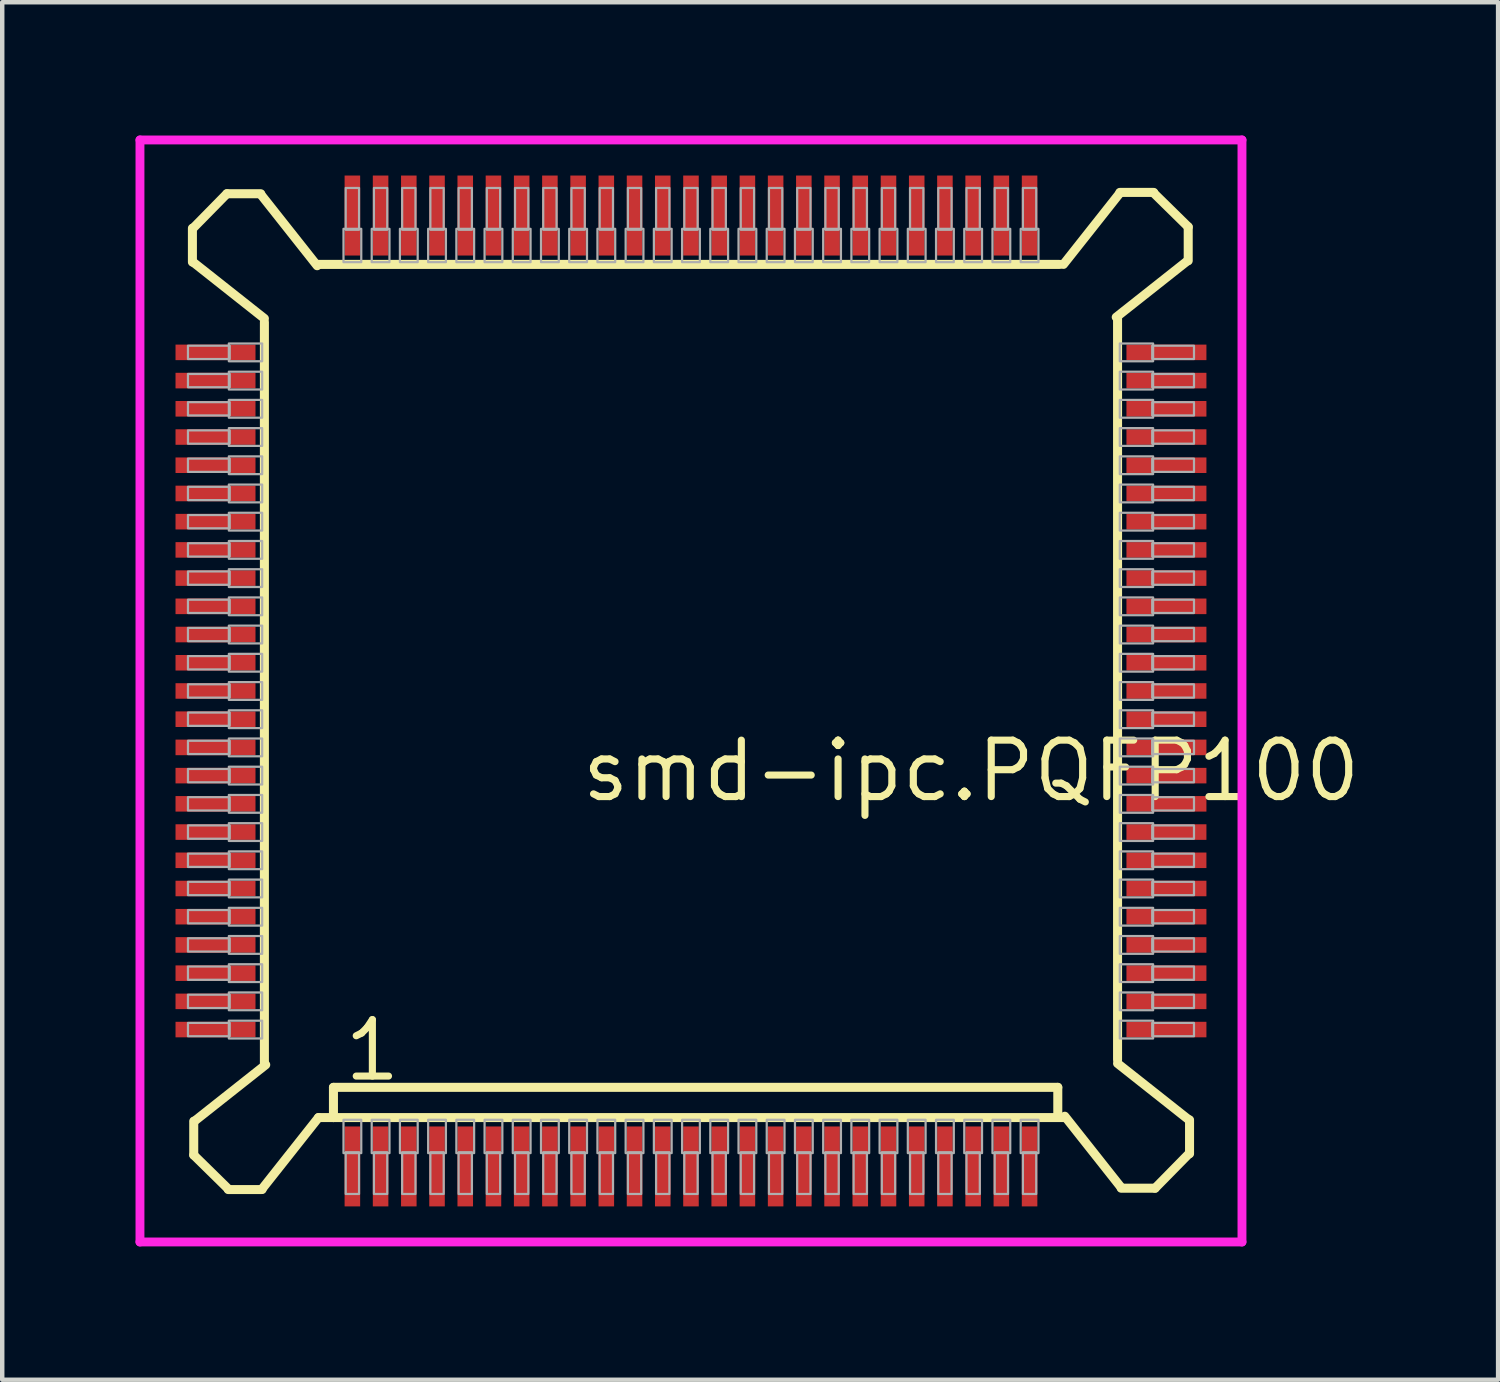
<source format=kicad_pcb>
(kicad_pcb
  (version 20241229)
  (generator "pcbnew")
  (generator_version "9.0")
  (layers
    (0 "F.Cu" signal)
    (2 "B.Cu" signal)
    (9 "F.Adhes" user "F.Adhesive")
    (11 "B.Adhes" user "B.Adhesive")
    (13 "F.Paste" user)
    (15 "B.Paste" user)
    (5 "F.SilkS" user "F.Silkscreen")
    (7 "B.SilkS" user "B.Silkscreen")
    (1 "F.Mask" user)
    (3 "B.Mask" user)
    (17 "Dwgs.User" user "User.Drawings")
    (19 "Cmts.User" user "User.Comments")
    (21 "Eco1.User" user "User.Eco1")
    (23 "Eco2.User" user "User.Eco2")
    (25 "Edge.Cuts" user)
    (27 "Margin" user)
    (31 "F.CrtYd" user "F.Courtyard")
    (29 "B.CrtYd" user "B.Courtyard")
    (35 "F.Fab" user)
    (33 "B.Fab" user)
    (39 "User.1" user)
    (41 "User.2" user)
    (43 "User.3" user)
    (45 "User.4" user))
  (footprint "smd-ipc.PQFP100"
    (layer "F.Cu")
    (at 12.5 12.5)
    (property "Reference" "smd-ipc.PQFP100" (at -2.54 2.54 0) (layer "F.SilkS") (effects (font (size 1.27 1.27) (thickness 0.16)) (justify left bottom)))
    (attr smd)
    (fp_line (start -11.22 -10.414) (end -11.22 -9.652) (stroke (width 0.203) (type default)) (layer "F.SilkS"))
    (fp_line (start -11.206 -9.652) (end -9.6 -8.382) (stroke (width 0.203) (type default)) (layer "F.SilkS"))
    (fp_line (start -11.19 9.682) (end -11.19 10.444) (stroke (width 0.203) (type default)) (layer "F.SilkS"))
    (fp_line (start -11.19 10.444) (end -10.414 11.206) (stroke (width 0.203) (type default)) (layer "F.SilkS"))
    (fp_line (start -10.444 -11.19) (end -11.206 -10.414) (stroke (width 0.203) (type default)) (layer "F.SilkS"))
    (fp_line (start -10.414 11.22) (end -9.652 11.22) (stroke (width 0.203) (type default)) (layer "F.SilkS"))
    (fp_line (start -9.682 -11.19) (end -10.444 -11.19) (stroke (width 0.203) (type default)) (layer "F.SilkS"))
    (fp_line (start -9.652 11.206) (end -8.382 9.6) (stroke (width 0.203) (type default)) (layer "F.SilkS"))
    (fp_line (start -9.6 -8.3) (end -9.6 8.382) (stroke (width 0.203) (type default)) (layer "F.SilkS"))
    (fp_line (start -9.57 8.412) (end -11.176 9.682) (stroke (width 0.203) (type default)) (layer "F.SilkS"))
    (fp_line (start -8.412 -9.57) (end -9.682 -11.176) (stroke (width 0.203) (type default)) (layer "F.SilkS"))
    (fp_line (start -8.382 9.6) (end -8.046 9.6) (stroke (width 0.203) (type default)) (layer "F.SilkS"))
    (fp_line (start -8.046 8.92) (end 8.255 8.92) (stroke (width 0.203) (type default)) (layer "F.SilkS"))
    (fp_line (start -8.046 9.6) (end -8.046 8.92) (stroke (width 0.203) (type default)) (layer "F.SilkS"))
    (fp_line (start -8.046 9.6) (end 8.382 9.6) (stroke (width 0.203) (type default)) (layer "F.SilkS"))
    (fp_line (start 8.255 8.92) (end 8.255 9.555) (stroke (width 0.203) (type default)) (layer "F.SilkS"))
    (fp_line (start 8.3 -9.6) (end -8.382 -9.6) (stroke (width 0.203) (type default)) (layer "F.SilkS"))
    (fp_line (start 8.412 9.57) (end 9.682 11.176) (stroke (width 0.203) (type default)) (layer "F.SilkS"))
    (fp_line (start 9.57 -8.412) (end 11.176 -9.682) (stroke (width 0.203) (type default)) (layer "F.SilkS"))
    (fp_line (start 9.6 8.3) (end 9.6 -8.382) (stroke (width 0.203) (type default)) (layer "F.SilkS"))
    (fp_line (start 9.652 -11.206) (end 8.382 -9.6) (stroke (width 0.203) (type default)) (layer "F.SilkS"))
    (fp_line (start 9.682 11.19) (end 10.444 11.19) (stroke (width 0.203) (type default)) (layer "F.SilkS"))
    (fp_line (start 10.414 -11.22) (end 9.652 -11.22) (stroke (width 0.203) (type default)) (layer "F.SilkS"))
    (fp_line (start 10.444 11.19) (end 11.206 10.414) (stroke (width 0.203) (type default)) (layer "F.SilkS"))
    (fp_line (start 11.19 -10.444) (end 10.414 -11.206) (stroke (width 0.203) (type default)) (layer "F.SilkS"))
    (fp_line (start 11.19 -9.682) (end 11.19 -10.444) (stroke (width 0.203) (type default)) (layer "F.SilkS"))
    (fp_line (start 11.206 9.652) (end 9.6 8.382) (stroke (width 0.203) (type default)) (layer "F.SilkS"))
    (fp_line (start 11.22 10.414) (end 11.22 9.652) (stroke (width 0.203) (type default)) (layer "F.SilkS"))
    (fp_line (start -12.4 -12.4) (end 12.4 -12.4) (stroke (width 0.2) (type default)) (layer "F.CrtYd"))
    (fp_line (start -12.4 12.4) (end -12.4 -12.4) (stroke (width 0.2) (type default)) (layer "F.CrtYd"))
    (fp_line (start 12.4 -12.4) (end 12.4 12.4) (stroke (width 0.2) (type default)) (layer "F.CrtYd"))
    (fp_line (start 12.4 12.4) (end -12.4 12.4) (stroke (width 0.2) (type default)) (layer "F.CrtYd"))
    (fp_rect (start -11.32 -7.47) (end -10.38 -7.77) (stroke (width 0.05) (type default)) (fill no) (layer "F.Fab"))
    (fp_rect (start -11.32 -6.835) (end -10.38 -7.135) (stroke (width 0.05) (type default)) (fill no) (layer "F.Fab"))
    (fp_rect (start -11.32 -6.2) (end -10.38 -6.5) (stroke (width 0.05) (type default)) (fill no) (layer "F.Fab"))
    (fp_rect (start -11.32 -5.565) (end -10.38 -5.865) (stroke (width 0.05) (type default)) (fill no) (layer "F.Fab"))
    (fp_rect (start -11.32 -4.93) (end -10.38 -5.23) (stroke (width 0.05) (type default)) (fill no) (layer "F.Fab"))
    (fp_rect (start -11.32 -4.295) (end -10.38 -4.595) (stroke (width 0.05) (type default)) (fill no) (layer "F.Fab"))
    (fp_rect (start -11.32 -3.66) (end -10.38 -3.96) (stroke (width 0.05) (type default)) (fill no) (layer "F.Fab"))
    (fp_rect (start -11.32 -3.025) (end -10.38 -3.325) (stroke (width 0.05) (type default)) (fill no) (layer "F.Fab"))
    (fp_rect (start -11.32 -2.39) (end -10.38 -2.69) (stroke (width 0.05) (type default)) (fill no) (layer "F.Fab"))
    (fp_rect (start -11.32 -1.755) (end -10.38 -2.055) (stroke (width 0.05) (type default)) (fill no) (layer "F.Fab"))
    (fp_rect (start -11.32 -1.12) (end -10.38 -1.42) (stroke (width 0.05) (type default)) (fill no) (layer "F.Fab"))
    (fp_rect (start -11.32 -0.485) (end -10.38 -0.785) (stroke (width 0.05) (type default)) (fill no) (layer "F.Fab"))
    (fp_rect (start -11.32 0.15) (end -10.38 -0.15) (stroke (width 0.05) (type default)) (fill no) (layer "F.Fab"))
    (fp_rect (start -11.32 0.785) (end -10.38 0.485) (stroke (width 0.05) (type default)) (fill no) (layer "F.Fab"))
    (fp_rect (start -11.32 1.42) (end -10.38 1.12) (stroke (width 0.05) (type default)) (fill no) (layer "F.Fab"))
    (fp_rect (start -11.32 2.055) (end -10.38 1.755) (stroke (width 0.05) (type default)) (fill no) (layer "F.Fab"))
    (fp_rect (start -11.32 2.69) (end -10.38 2.39) (stroke (width 0.05) (type default)) (fill no) (layer "F.Fab"))
    (fp_rect (start -11.32 3.325) (end -10.38 3.025) (stroke (width 0.05) (type default)) (fill no) (layer "F.Fab"))
    (fp_rect (start -11.32 3.96) (end -10.38 3.66) (stroke (width 0.05) (type default)) (fill no) (layer "F.Fab"))
    (fp_rect (start -11.32 4.595) (end -10.38 4.295) (stroke (width 0.05) (type default)) (fill no) (layer "F.Fab"))
    (fp_rect (start -11.32 5.23) (end -10.38 4.93) (stroke (width 0.05) (type default)) (fill no) (layer "F.Fab"))
    (fp_rect (start -11.32 5.865) (end -10.38 5.565) (stroke (width 0.05) (type default)) (fill no) (layer "F.Fab"))
    (fp_rect (start -11.32 6.5) (end -10.38 6.2) (stroke (width 0.05) (type default)) (fill no) (layer "F.Fab"))
    (fp_rect (start -11.32 7.135) (end -10.38 6.835) (stroke (width 0.05) (type default)) (fill no) (layer "F.Fab"))
    (fp_rect (start -11.32 7.77) (end -10.38 7.47) (stroke (width 0.05) (type default)) (fill no) (layer "F.Fab"))
    (fp_rect (start -10.4 -7.42) (end -9.65 -7.82) (stroke (width 0.05) (type default)) (fill no) (layer "F.Fab"))
    (fp_rect (start -10.4 -6.785) (end -9.65 -7.185) (stroke (width 0.05) (type default)) (fill no) (layer "F.Fab"))
    (fp_rect (start -10.4 -6.15) (end -9.65 -6.55) (stroke (width 0.05) (type default)) (fill no) (layer "F.Fab"))
    (fp_rect (start -10.4 -5.515) (end -9.65 -5.915) (stroke (width 0.05) (type default)) (fill no) (layer "F.Fab"))
    (fp_rect (start -10.4 -4.88) (end -9.65 -5.28) (stroke (width 0.05) (type default)) (fill no) (layer "F.Fab"))
    (fp_rect (start -10.4 -4.245) (end -9.65 -4.645) (stroke (width 0.05) (type default)) (fill no) (layer "F.Fab"))
    (fp_rect (start -10.4 -3.61) (end -9.65 -4.01) (stroke (width 0.05) (type default)) (fill no) (layer "F.Fab"))
    (fp_rect (start -10.4 -2.975) (end -9.65 -3.375) (stroke (width 0.05) (type default)) (fill no) (layer "F.Fab"))
    (fp_rect (start -10.4 -2.34) (end -9.65 -2.74) (stroke (width 0.05) (type default)) (fill no) (layer "F.Fab"))
    (fp_rect (start -10.4 -1.705) (end -9.65 -2.105) (stroke (width 0.05) (type default)) (fill no) (layer "F.Fab"))
    (fp_rect (start -10.4 -1.07) (end -9.65 -1.47) (stroke (width 0.05) (type default)) (fill no) (layer "F.Fab"))
    (fp_rect (start -10.4 -0.435) (end -9.65 -0.835) (stroke (width 0.05) (type default)) (fill no) (layer "F.Fab"))
    (fp_rect (start -10.4 0.2) (end -9.65 -0.2) (stroke (width 0.05) (type default)) (fill no) (layer "F.Fab"))
    (fp_rect (start -10.4 0.835) (end -9.65 0.435) (stroke (width 0.05) (type default)) (fill no) (layer "F.Fab"))
    (fp_rect (start -10.4 1.47) (end -9.65 1.07) (stroke (width 0.05) (type default)) (fill no) (layer "F.Fab"))
    (fp_rect (start -10.4 2.105) (end -9.65 1.705) (stroke (width 0.05) (type default)) (fill no) (layer "F.Fab"))
    (fp_rect (start -10.4 2.74) (end -9.65 2.34) (stroke (width 0.05) (type default)) (fill no) (layer "F.Fab"))
    (fp_rect (start -10.4 3.375) (end -9.65 2.975) (stroke (width 0.05) (type default)) (fill no) (layer "F.Fab"))
    (fp_rect (start -10.4 4.01) (end -9.65 3.61) (stroke (width 0.05) (type default)) (fill no) (layer "F.Fab"))
    (fp_rect (start -10.4 4.645) (end -9.65 4.245) (stroke (width 0.05) (type default)) (fill no) (layer "F.Fab"))
    (fp_rect (start -10.4 5.28) (end -9.65 4.88) (stroke (width 0.05) (type default)) (fill no) (layer "F.Fab"))
    (fp_rect (start -10.4 5.915) (end -9.65 5.515) (stroke (width 0.05) (type default)) (fill no) (layer "F.Fab"))
    (fp_rect (start -10.4 6.55) (end -9.65 6.15) (stroke (width 0.05) (type default)) (fill no) (layer "F.Fab"))
    (fp_rect (start -10.4 7.185) (end -9.65 6.785) (stroke (width 0.05) (type default)) (fill no) (layer "F.Fab"))
    (fp_rect (start -10.4 7.82) (end -9.65 7.42) (stroke (width 0.05) (type default)) (fill no) (layer "F.Fab"))
    (fp_rect (start -7.82 -9.65) (end -7.42 -10.4) (stroke (width 0.05) (type default)) (fill no) (layer "F.Fab"))
    (fp_rect (start -7.82 10.4) (end -7.42 9.65) (stroke (width 0.05) (type default)) (fill no) (layer "F.Fab"))
    (fp_rect (start -7.77 -10.38) (end -7.47 -11.32) (stroke (width 0.05) (type default)) (fill no) (layer "F.Fab"))
    (fp_rect (start -7.77 11.32) (end -7.47 10.38) (stroke (width 0.05) (type default)) (fill no) (layer "F.Fab"))
    (fp_rect (start -7.185 -9.65) (end -6.785 -10.4) (stroke (width 0.05) (type default)) (fill no) (layer "F.Fab"))
    (fp_rect (start -7.185 10.4) (end -6.785 9.65) (stroke (width 0.05) (type default)) (fill no) (layer "F.Fab"))
    (fp_rect (start -7.135 -10.38) (end -6.835 -11.32) (stroke (width 0.05) (type default)) (fill no) (layer "F.Fab"))
    (fp_rect (start -7.135 11.32) (end -6.835 10.38) (stroke (width 0.05) (type default)) (fill no) (layer "F.Fab"))
    (fp_rect (start -6.55 -9.65) (end -6.15 -10.4) (stroke (width 0.05) (type default)) (fill no) (layer "F.Fab"))
    (fp_rect (start -6.55 10.4) (end -6.15 9.65) (stroke (width 0.05) (type default)) (fill no) (layer "F.Fab"))
    (fp_rect (start -6.5 -10.38) (end -6.2 -11.32) (stroke (width 0.05) (type default)) (fill no) (layer "F.Fab"))
    (fp_rect (start -6.5 11.32) (end -6.2 10.38) (stroke (width 0.05) (type default)) (fill no) (layer "F.Fab"))
    (fp_rect (start -5.915 -9.65) (end -5.515 -10.4) (stroke (width 0.05) (type default)) (fill no) (layer "F.Fab"))
    (fp_rect (start -5.915 10.4) (end -5.515 9.65) (stroke (width 0.05) (type default)) (fill no) (layer "F.Fab"))
    (fp_rect (start -5.865 -10.38) (end -5.565 -11.32) (stroke (width 0.05) (type default)) (fill no) (layer "F.Fab"))
    (fp_rect (start -5.865 11.32) (end -5.565 10.38) (stroke (width 0.05) (type default)) (fill no) (layer "F.Fab"))
    (fp_rect (start -5.28 -9.65) (end -4.88 -10.4) (stroke (width 0.05) (type default)) (fill no) (layer "F.Fab"))
    (fp_rect (start -5.28 10.4) (end -4.88 9.65) (stroke (width 0.05) (type default)) (fill no) (layer "F.Fab"))
    (fp_rect (start -5.23 -10.38) (end -4.93 -11.32) (stroke (width 0.05) (type default)) (fill no) (layer "F.Fab"))
    (fp_rect (start -5.23 11.32) (end -4.93 10.38) (stroke (width 0.05) (type default)) (fill no) (layer "F.Fab"))
    (fp_rect (start -4.645 -9.65) (end -4.245 -10.4) (stroke (width 0.05) (type default)) (fill no) (layer "F.Fab"))
    (fp_rect (start -4.645 10.4) (end -4.245 9.65) (stroke (width 0.05) (type default)) (fill no) (layer "F.Fab"))
    (fp_rect (start -4.595 -10.38) (end -4.295 -11.32) (stroke (width 0.05) (type default)) (fill no) (layer "F.Fab"))
    (fp_rect (start -4.595 11.32) (end -4.295 10.38) (stroke (width 0.05) (type default)) (fill no) (layer "F.Fab"))
    (fp_rect (start -4.01 -9.65) (end -3.61 -10.4) (stroke (width 0.05) (type default)) (fill no) (layer "F.Fab"))
    (fp_rect (start -4.01 10.4) (end -3.61 9.65) (stroke (width 0.05) (type default)) (fill no) (layer "F.Fab"))
    (fp_rect (start -3.96 -10.38) (end -3.66 -11.32) (stroke (width 0.05) (type default)) (fill no) (layer "F.Fab"))
    (fp_rect (start -3.96 11.32) (end -3.66 10.38) (stroke (width 0.05) (type default)) (fill no) (layer "F.Fab"))
    (fp_rect (start -3.375 -9.65) (end -2.975 -10.4) (stroke (width 0.05) (type default)) (fill no) (layer "F.Fab"))
    (fp_rect (start -3.375 10.4) (end -2.975 9.65) (stroke (width 0.05) (type default)) (fill no) (layer "F.Fab"))
    (fp_rect (start -3.325 -10.38) (end -3.025 -11.32) (stroke (width 0.05) (type default)) (fill no) (layer "F.Fab"))
    (fp_rect (start -3.325 11.32) (end -3.025 10.38) (stroke (width 0.05) (type default)) (fill no) (layer "F.Fab"))
    (fp_rect (start -2.74 -9.65) (end -2.34 -10.4) (stroke (width 0.05) (type default)) (fill no) (layer "F.Fab"))
    (fp_rect (start -2.74 10.4) (end -2.34 9.65) (stroke (width 0.05) (type default)) (fill no) (layer "F.Fab"))
    (fp_rect (start -2.69 -10.38) (end -2.39 -11.32) (stroke (width 0.05) (type default)) (fill no) (layer "F.Fab"))
    (fp_rect (start -2.69 11.32) (end -2.39 10.38) (stroke (width 0.05) (type default)) (fill no) (layer "F.Fab"))
    (fp_rect (start -2.105 -9.65) (end -1.705 -10.4) (stroke (width 0.05) (type default)) (fill no) (layer "F.Fab"))
    (fp_rect (start -2.105 10.4) (end -1.705 9.65) (stroke (width 0.05) (type default)) (fill no) (layer "F.Fab"))
    (fp_rect (start -2.055 -10.38) (end -1.755 -11.32) (stroke (width 0.05) (type default)) (fill no) (layer "F.Fab"))
    (fp_rect (start -2.055 11.32) (end -1.755 10.38) (stroke (width 0.05) (type default)) (fill no) (layer "F.Fab"))
    (fp_rect (start -1.47 -9.65) (end -1.07 -10.4) (stroke (width 0.05) (type default)) (fill no) (layer "F.Fab"))
    (fp_rect (start -1.47 10.4) (end -1.07 9.65) (stroke (width 0.05) (type default)) (fill no) (layer "F.Fab"))
    (fp_rect (start -1.42 -10.38) (end -1.12 -11.32) (stroke (width 0.05) (type default)) (fill no) (layer "F.Fab"))
    (fp_rect (start -1.42 11.32) (end -1.12 10.38) (stroke (width 0.05) (type default)) (fill no) (layer "F.Fab"))
    (fp_rect (start -0.835 -9.65) (end -0.435 -10.4) (stroke (width 0.05) (type default)) (fill no) (layer "F.Fab"))
    (fp_rect (start -0.835 10.4) (end -0.435 9.65) (stroke (width 0.05) (type default)) (fill no) (layer "F.Fab"))
    (fp_rect (start -0.785 -10.38) (end -0.485 -11.32) (stroke (width 0.05) (type default)) (fill no) (layer "F.Fab"))
    (fp_rect (start -0.785 11.32) (end -0.485 10.38) (stroke (width 0.05) (type default)) (fill no) (layer "F.Fab"))
    (fp_rect (start -0.2 -9.65) (end 0.2 -10.4) (stroke (width 0.05) (type default)) (fill no) (layer "F.Fab"))
    (fp_rect (start -0.2 10.4) (end 0.2 9.65) (stroke (width 0.05) (type default)) (fill no) (layer "F.Fab"))
    (fp_rect (start -0.15 -10.38) (end 0.15 -11.32) (stroke (width 0.05) (type default)) (fill no) (layer "F.Fab"))
    (fp_rect (start -0.15 11.32) (end 0.15 10.38) (stroke (width 0.05) (type default)) (fill no) (layer "F.Fab"))
    (fp_rect (start 0.435 -9.65) (end 0.835 -10.4) (stroke (width 0.05) (type default)) (fill no) (layer "F.Fab"))
    (fp_rect (start 0.435 10.4) (end 0.835 9.65) (stroke (width 0.05) (type default)) (fill no) (layer "F.Fab"))
    (fp_rect (start 0.485 -10.38) (end 0.785 -11.32) (stroke (width 0.05) (type default)) (fill no) (layer "F.Fab"))
    (fp_rect (start 0.485 11.32) (end 0.785 10.38) (stroke (width 0.05) (type default)) (fill no) (layer "F.Fab"))
    (fp_rect (start 1.07 -9.65) (end 1.47 -10.4) (stroke (width 0.05) (type default)) (fill no) (layer "F.Fab"))
    (fp_rect (start 1.07 10.4) (end 1.47 9.65) (stroke (width 0.05) (type default)) (fill no) (layer "F.Fab"))
    (fp_rect (start 1.12 -10.38) (end 1.42 -11.32) (stroke (width 0.05) (type default)) (fill no) (layer "F.Fab"))
    (fp_rect (start 1.12 11.32) (end 1.42 10.38) (stroke (width 0.05) (type default)) (fill no) (layer "F.Fab"))
    (fp_rect (start 1.705 -9.65) (end 2.105 -10.4) (stroke (width 0.05) (type default)) (fill no) (layer "F.Fab"))
    (fp_rect (start 1.705 10.4) (end 2.105 9.65) (stroke (width 0.05) (type default)) (fill no) (layer "F.Fab"))
    (fp_rect (start 1.755 -10.38) (end 2.055 -11.32) (stroke (width 0.05) (type default)) (fill no) (layer "F.Fab"))
    (fp_rect (start 1.755 11.32) (end 2.055 10.38) (stroke (width 0.05) (type default)) (fill no) (layer "F.Fab"))
    (fp_rect (start 2.34 -9.65) (end 2.74 -10.4) (stroke (width 0.05) (type default)) (fill no) (layer "F.Fab"))
    (fp_rect (start 2.34 10.4) (end 2.74 9.65) (stroke (width 0.05) (type default)) (fill no) (layer "F.Fab"))
    (fp_rect (start 2.39 -10.38) (end 2.69 -11.32) (stroke (width 0.05) (type default)) (fill no) (layer "F.Fab"))
    (fp_rect (start 2.39 11.32) (end 2.69 10.38) (stroke (width 0.05) (type default)) (fill no) (layer "F.Fab"))
    (fp_rect (start 2.975 -9.65) (end 3.375 -10.4) (stroke (width 0.05) (type default)) (fill no) (layer "F.Fab"))
    (fp_rect (start 2.975 10.4) (end 3.375 9.65) (stroke (width 0.05) (type default)) (fill no) (layer "F.Fab"))
    (fp_rect (start 3.025 -10.38) (end 3.325 -11.32) (stroke (width 0.05) (type default)) (fill no) (layer "F.Fab"))
    (fp_rect (start 3.025 11.32) (end 3.325 10.38) (stroke (width 0.05) (type default)) (fill no) (layer "F.Fab"))
    (fp_rect (start 3.61 -9.65) (end 4.01 -10.4) (stroke (width 0.05) (type default)) (fill no) (layer "F.Fab"))
    (fp_rect (start 3.61 10.4) (end 4.01 9.65) (stroke (width 0.05) (type default)) (fill no) (layer "F.Fab"))
    (fp_rect (start 3.66 -10.38) (end 3.96 -11.32) (stroke (width 0.05) (type default)) (fill no) (layer "F.Fab"))
    (fp_rect (start 3.66 11.32) (end 3.96 10.38) (stroke (width 0.05) (type default)) (fill no) (layer "F.Fab"))
    (fp_rect (start 4.245 -9.65) (end 4.645 -10.4) (stroke (width 0.05) (type default)) (fill no) (layer "F.Fab"))
    (fp_rect (start 4.245 10.4) (end 4.645 9.65) (stroke (width 0.05) (type default)) (fill no) (layer "F.Fab"))
    (fp_rect (start 4.295 -10.38) (end 4.595 -11.32) (stroke (width 0.05) (type default)) (fill no) (layer "F.Fab"))
    (fp_rect (start 4.295 11.32) (end 4.595 10.38) (stroke (width 0.05) (type default)) (fill no) (layer "F.Fab"))
    (fp_rect (start 4.88 -9.65) (end 5.28 -10.4) (stroke (width 0.05) (type default)) (fill no) (layer "F.Fab"))
    (fp_rect (start 4.88 10.4) (end 5.28 9.65) (stroke (width 0.05) (type default)) (fill no) (layer "F.Fab"))
    (fp_rect (start 4.93 -10.38) (end 5.23 -11.32) (stroke (width 0.05) (type default)) (fill no) (layer "F.Fab"))
    (fp_rect (start 4.93 11.32) (end 5.23 10.38) (stroke (width 0.05) (type default)) (fill no) (layer "F.Fab"))
    (fp_rect (start 5.515 -9.65) (end 5.915 -10.4) (stroke (width 0.05) (type default)) (fill no) (layer "F.Fab"))
    (fp_rect (start 5.515 10.4) (end 5.915 9.65) (stroke (width 0.05) (type default)) (fill no) (layer "F.Fab"))
    (fp_rect (start 5.565 -10.38) (end 5.865 -11.32) (stroke (width 0.05) (type default)) (fill no) (layer "F.Fab"))
    (fp_rect (start 5.565 11.32) (end 5.865 10.38) (stroke (width 0.05) (type default)) (fill no) (layer "F.Fab"))
    (fp_rect (start 6.15 -9.65) (end 6.55 -10.4) (stroke (width 0.05) (type default)) (fill no) (layer "F.Fab"))
    (fp_rect (start 6.15 10.4) (end 6.55 9.65) (stroke (width 0.05) (type default)) (fill no) (layer "F.Fab"))
    (fp_rect (start 6.2 -10.38) (end 6.5 -11.32) (stroke (width 0.05) (type default)) (fill no) (layer "F.Fab"))
    (fp_rect (start 6.2 11.32) (end 6.5 10.38) (stroke (width 0.05) (type default)) (fill no) (layer "F.Fab"))
    (fp_rect (start 6.785 -9.65) (end 7.185 -10.4) (stroke (width 0.05) (type default)) (fill no) (layer "F.Fab"))
    (fp_rect (start 6.785 10.4) (end 7.185 9.65) (stroke (width 0.05) (type default)) (fill no) (layer "F.Fab"))
    (fp_rect (start 6.835 -10.38) (end 7.135 -11.32) (stroke (width 0.05) (type default)) (fill no) (layer "F.Fab"))
    (fp_rect (start 6.835 11.32) (end 7.135 10.38) (stroke (width 0.05) (type default)) (fill no) (layer "F.Fab"))
    (fp_rect (start 7.42 -9.65) (end 7.82 -10.4) (stroke (width 0.05) (type default)) (fill no) (layer "F.Fab"))
    (fp_rect (start 7.42 10.4) (end 7.82 9.65) (stroke (width 0.05) (type default)) (fill no) (layer "F.Fab"))
    (fp_rect (start 7.47 -10.38) (end 7.77 -11.32) (stroke (width 0.05) (type default)) (fill no) (layer "F.Fab"))
    (fp_rect (start 7.47 11.32) (end 7.77 10.38) (stroke (width 0.05) (type default)) (fill no) (layer "F.Fab"))
    (fp_rect (start 9.65 -7.42) (end 10.4 -7.82) (stroke (width 0.05) (type default)) (fill no) (layer "F.Fab"))
    (fp_rect (start 9.65 -6.785) (end 10.4 -7.185) (stroke (width 0.05) (type default)) (fill no) (layer "F.Fab"))
    (fp_rect (start 9.65 -6.15) (end 10.4 -6.55) (stroke (width 0.05) (type default)) (fill no) (layer "F.Fab"))
    (fp_rect (start 9.65 -5.515) (end 10.4 -5.915) (stroke (width 0.05) (type default)) (fill no) (layer "F.Fab"))
    (fp_rect (start 9.65 -4.88) (end 10.4 -5.28) (stroke (width 0.05) (type default)) (fill no) (layer "F.Fab"))
    (fp_rect (start 9.65 -4.245) (end 10.4 -4.645) (stroke (width 0.05) (type default)) (fill no) (layer "F.Fab"))
    (fp_rect (start 9.65 -3.61) (end 10.4 -4.01) (stroke (width 0.05) (type default)) (fill no) (layer "F.Fab"))
    (fp_rect (start 9.65 -2.975) (end 10.4 -3.375) (stroke (width 0.05) (type default)) (fill no) (layer "F.Fab"))
    (fp_rect (start 9.65 -2.34) (end 10.4 -2.74) (stroke (width 0.05) (type default)) (fill no) (layer "F.Fab"))
    (fp_rect (start 9.65 -1.705) (end 10.4 -2.105) (stroke (width 0.05) (type default)) (fill no) (layer "F.Fab"))
    (fp_rect (start 9.65 -1.07) (end 10.4 -1.47) (stroke (width 0.05) (type default)) (fill no) (layer "F.Fab"))
    (fp_rect (start 9.65 -0.435) (end 10.4 -0.835) (stroke (width 0.05) (type default)) (fill no) (layer "F.Fab"))
    (fp_rect (start 9.65 0.2) (end 10.4 -0.2) (stroke (width 0.05) (type default)) (fill no) (layer "F.Fab"))
    (fp_rect (start 9.65 0.835) (end 10.4 0.435) (stroke (width 0.05) (type default)) (fill no) (layer "F.Fab"))
    (fp_rect (start 9.65 1.47) (end 10.4 1.07) (stroke (width 0.05) (type default)) (fill no) (layer "F.Fab"))
    (fp_rect (start 9.65 2.105) (end 10.4 1.705) (stroke (width 0.05) (type default)) (fill no) (layer "F.Fab"))
    (fp_rect (start 9.65 2.74) (end 10.4 2.34) (stroke (width 0.05) (type default)) (fill no) (layer "F.Fab"))
    (fp_rect (start 9.65 3.375) (end 10.4 2.975) (stroke (width 0.05) (type default)) (fill no) (layer "F.Fab"))
    (fp_rect (start 9.65 4.01) (end 10.4 3.61) (stroke (width 0.05) (type default)) (fill no) (layer "F.Fab"))
    (fp_rect (start 9.65 4.645) (end 10.4 4.245) (stroke (width 0.05) (type default)) (fill no) (layer "F.Fab"))
    (fp_rect (start 9.65 5.28) (end 10.4 4.88) (stroke (width 0.05) (type default)) (fill no) (layer "F.Fab"))
    (fp_rect (start 9.65 5.915) (end 10.4 5.515) (stroke (width 0.05) (type default)) (fill no) (layer "F.Fab"))
    (fp_rect (start 9.65 6.55) (end 10.4 6.15) (stroke (width 0.05) (type default)) (fill no) (layer "F.Fab"))
    (fp_rect (start 9.65 7.185) (end 10.4 6.785) (stroke (width 0.05) (type default)) (fill no) (layer "F.Fab"))
    (fp_rect (start 9.65 7.82) (end 10.4 7.42) (stroke (width 0.05) (type default)) (fill no) (layer "F.Fab"))
    (fp_rect (start 10.38 -7.47) (end 11.32 -7.77) (stroke (width 0.05) (type default)) (fill no) (layer "F.Fab"))
    (fp_rect (start 10.38 -6.835) (end 11.32 -7.135) (stroke (width 0.05) (type default)) (fill no) (layer "F.Fab"))
    (fp_rect (start 10.38 -6.2) (end 11.32 -6.5) (stroke (width 0.05) (type default)) (fill no) (layer "F.Fab"))
    (fp_rect (start 10.38 -5.565) (end 11.32 -5.865) (stroke (width 0.05) (type default)) (fill no) (layer "F.Fab"))
    (fp_rect (start 10.38 -4.93) (end 11.32 -5.23) (stroke (width 0.05) (type default)) (fill no) (layer "F.Fab"))
    (fp_rect (start 10.38 -4.295) (end 11.32 -4.595) (stroke (width 0.05) (type default)) (fill no) (layer "F.Fab"))
    (fp_rect (start 10.38 -3.66) (end 11.32 -3.96) (stroke (width 0.05) (type default)) (fill no) (layer "F.Fab"))
    (fp_rect (start 10.38 -3.025) (end 11.32 -3.325) (stroke (width 0.05) (type default)) (fill no) (layer "F.Fab"))
    (fp_rect (start 10.38 -2.39) (end 11.32 -2.69) (stroke (width 0.05) (type default)) (fill no) (layer "F.Fab"))
    (fp_rect (start 10.38 -1.755) (end 11.32 -2.055) (stroke (width 0.05) (type default)) (fill no) (layer "F.Fab"))
    (fp_rect (start 10.38 -1.12) (end 11.32 -1.42) (stroke (width 0.05) (type default)) (fill no) (layer "F.Fab"))
    (fp_rect (start 10.38 -0.485) (end 11.32 -0.785) (stroke (width 0.05) (type default)) (fill no) (layer "F.Fab"))
    (fp_rect (start 10.38 0.15) (end 11.32 -0.15) (stroke (width 0.05) (type default)) (fill no) (layer "F.Fab"))
    (fp_rect (start 10.38 0.785) (end 11.32 0.485) (stroke (width 0.05) (type default)) (fill no) (layer "F.Fab"))
    (fp_rect (start 10.38 1.42) (end 11.32 1.12) (stroke (width 0.05) (type default)) (fill no) (layer "F.Fab"))
    (fp_rect (start 10.38 2.055) (end 11.32 1.755) (stroke (width 0.05) (type default)) (fill no) (layer "F.Fab"))
    (fp_rect (start 10.38 2.69) (end 11.32 2.39) (stroke (width 0.05) (type default)) (fill no) (layer "F.Fab"))
    (fp_rect (start 10.38 3.325) (end 11.32 3.025) (stroke (width 0.05) (type default)) (fill no) (layer "F.Fab"))
    (fp_rect (start 10.38 3.96) (end 11.32 3.66) (stroke (width 0.05) (type default)) (fill no) (layer "F.Fab"))
    (fp_rect (start 10.38 4.595) (end 11.32 4.295) (stroke (width 0.05) (type default)) (fill no) (layer "F.Fab"))
    (fp_rect (start 10.38 5.23) (end 11.32 4.93) (stroke (width 0.05) (type default)) (fill no) (layer "F.Fab"))
    (fp_rect (start 10.38 5.865) (end 11.32 5.565) (stroke (width 0.05) (type default)) (fill no) (layer "F.Fab"))
    (fp_rect (start 10.38 6.5) (end 11.32 6.2) (stroke (width 0.05) (type default)) (fill no) (layer "F.Fab"))
    (fp_rect (start 10.38 7.135) (end 11.32 6.835) (stroke (width 0.05) (type default)) (fill no) (layer "F.Fab"))
    (fp_rect (start 10.38 7.77) (end 11.32 7.47) (stroke (width 0.05) (type default)) (fill no) (layer "F.Fab"))
    (fp_text user "1" (at -7.88 8.83 0) (layer "F.SilkS") (effects (font (size 1.27 1.27) (thickness 0.16)) (justify left bottom)))
    (pad "1" smd roundrect (at -7.62 10.7) (size 0.35 1.8) (layers "F.Cu" "F.Mask" "F.Paste") (roundrect_rratio 0.01))
    (pad "2" smd roundrect (at -6.985 10.7) (size 0.35 1.8) (layers "F.Cu" "F.Mask" "F.Paste") (roundrect_rratio 0.01))
    (pad "3" smd roundrect (at -6.35 10.7) (size 0.35 1.8) (layers "F.Cu" "F.Mask" "F.Paste") (roundrect_rratio 0.01))
    (pad "4" smd roundrect (at -5.715 10.7) (size 0.35 1.8) (layers "F.Cu" "F.Mask" "F.Paste") (roundrect_rratio 0.01))
    (pad "5" smd roundrect (at -5.08 10.7) (size 0.35 1.8) (layers "F.Cu" "F.Mask" "F.Paste") (roundrect_rratio 0.01))
    (pad "6" smd roundrect (at -4.445 10.7) (size 0.35 1.8) (layers "F.Cu" "F.Mask" "F.Paste") (roundrect_rratio 0.01))
    (pad "7" smd roundrect (at -3.81 10.7) (size 0.35 1.8) (layers "F.Cu" "F.Mask" "F.Paste") (roundrect_rratio 0.01))
    (pad "8" smd roundrect (at -3.175 10.7) (size 0.35 1.8) (layers "F.Cu" "F.Mask" "F.Paste") (roundrect_rratio 0.01))
    (pad "9" smd roundrect (at -2.54 10.7) (size 0.35 1.8) (layers "F.Cu" "F.Mask" "F.Paste") (roundrect_rratio 0.01))
    (pad "10" smd roundrect (at -1.905 10.7) (size 0.35 1.8) (layers "F.Cu" "F.Mask" "F.Paste") (roundrect_rratio 0.01))
    (pad "11" smd roundrect (at -1.27 10.7) (size 0.35 1.8) (layers "F.Cu" "F.Mask" "F.Paste") (roundrect_rratio 0.01))
    (pad "12" smd roundrect (at -0.635 10.7) (size 0.35 1.8) (layers "F.Cu" "F.Mask" "F.Paste") (roundrect_rratio 0.01))
    (pad "13" smd roundrect (at 0 10.7) (size 0.35 1.8) (layers "F.Cu" "F.Mask" "F.Paste") (roundrect_rratio 0.01))
    (pad "14" smd roundrect (at 0.635 10.7) (size 0.35 1.8) (layers "F.Cu" "F.Mask" "F.Paste") (roundrect_rratio 0.01))
    (pad "15" smd roundrect (at 1.27 10.7) (size 0.35 1.8) (layers "F.Cu" "F.Mask" "F.Paste") (roundrect_rratio 0.01))
    (pad "16" smd roundrect (at 1.905 10.7) (size 0.35 1.8) (layers "F.Cu" "F.Mask" "F.Paste") (roundrect_rratio 0.01))
    (pad "17" smd roundrect (at 2.54 10.7) (size 0.35 1.8) (layers "F.Cu" "F.Mask" "F.Paste") (roundrect_rratio 0.01))
    (pad "18" smd roundrect (at 3.175 10.7) (size 0.35 1.8) (layers "F.Cu" "F.Mask" "F.Paste") (roundrect_rratio 0.01))
    (pad "19" smd roundrect (at 3.81 10.7) (size 0.35 1.8) (layers "F.Cu" "F.Mask" "F.Paste") (roundrect_rratio 0.01))
    (pad "20" smd roundrect (at 4.445 10.7) (size 0.35 1.8) (layers "F.Cu" "F.Mask" "F.Paste") (roundrect_rratio 0.01))
    (pad "21" smd roundrect (at 5.08 10.7) (size 0.35 1.8) (layers "F.Cu" "F.Mask" "F.Paste") (roundrect_rratio 0.01))
    (pad "22" smd roundrect (at 5.715 10.7) (size 0.35 1.8) (layers "F.Cu" "F.Mask" "F.Paste") (roundrect_rratio 0.01))
    (pad "23" smd roundrect (at 6.35 10.7) (size 0.35 1.8) (layers "F.Cu" "F.Mask" "F.Paste") (roundrect_rratio 0.01))
    (pad "24" smd roundrect (at 6.985 10.7) (size 0.35 1.8) (layers "F.Cu" "F.Mask" "F.Paste") (roundrect_rratio 0.01))
    (pad "25" smd roundrect (at 7.62 10.7) (size 0.35 1.8) (layers "F.Cu" "F.Mask" "F.Paste") (roundrect_rratio 0.01))
    (pad "26" smd roundrect (at 10.7 7.62) (size 1.8 0.35) (layers "F.Cu" "F.Mask" "F.Paste") (roundrect_rratio 0.01))
    (pad "27" smd roundrect (at 10.7 6.985) (size 1.8 0.35) (layers "F.Cu" "F.Mask" "F.Paste") (roundrect_rratio 0.01))
    (pad "28" smd roundrect (at 10.7 6.35) (size 1.8 0.35) (layers "F.Cu" "F.Mask" "F.Paste") (roundrect_rratio 0.01))
    (pad "29" smd roundrect (at 10.7 5.715) (size 1.8 0.35) (layers "F.Cu" "F.Mask" "F.Paste") (roundrect_rratio 0.01))
    (pad "30" smd roundrect (at 10.7 5.08) (size 1.8 0.35) (layers "F.Cu" "F.Mask" "F.Paste") (roundrect_rratio 0.01))
    (pad "31" smd roundrect (at 10.7 4.445) (size 1.8 0.35) (layers "F.Cu" "F.Mask" "F.Paste") (roundrect_rratio 0.01))
    (pad "32" smd roundrect (at 10.7 3.81) (size 1.8 0.35) (layers "F.Cu" "F.Mask" "F.Paste") (roundrect_rratio 0.01))
    (pad "33" smd roundrect (at 10.7 3.175) (size 1.8 0.35) (layers "F.Cu" "F.Mask" "F.Paste") (roundrect_rratio 0.01))
    (pad "34" smd roundrect (at 10.7 2.54) (size 1.8 0.35) (layers "F.Cu" "F.Mask" "F.Paste") (roundrect_rratio 0.01))
    (pad "35" smd roundrect (at 10.7 1.905) (size 1.8 0.35) (layers "F.Cu" "F.Mask" "F.Paste") (roundrect_rratio 0.01))
    (pad "36" smd roundrect (at 10.7 1.27) (size 1.8 0.35) (layers "F.Cu" "F.Mask" "F.Paste") (roundrect_rratio 0.01))
    (pad "37" smd roundrect (at 10.7 0.635) (size 1.8 0.35) (layers "F.Cu" "F.Mask" "F.Paste") (roundrect_rratio 0.01))
    (pad "38" smd roundrect (at 10.7 0) (size 1.8 0.35) (layers "F.Cu" "F.Mask" "F.Paste") (roundrect_rratio 0.01))
    (pad "39" smd roundrect (at 10.7 -0.635) (size 1.8 0.35) (layers "F.Cu" "F.Mask" "F.Paste") (roundrect_rratio 0.01))
    (pad "40" smd roundrect (at 10.7 -1.27) (size 1.8 0.35) (layers "F.Cu" "F.Mask" "F.Paste") (roundrect_rratio 0.01))
    (pad "41" smd roundrect (at 10.7 -1.905) (size 1.8 0.35) (layers "F.Cu" "F.Mask" "F.Paste") (roundrect_rratio 0.01))
    (pad "42" smd roundrect (at 10.7 -2.54) (size 1.8 0.35) (layers "F.Cu" "F.Mask" "F.Paste") (roundrect_rratio 0.01))
    (pad "43" smd roundrect (at 10.7 -3.175) (size 1.8 0.35) (layers "F.Cu" "F.Mask" "F.Paste") (roundrect_rratio 0.01))
    (pad "44" smd roundrect (at 10.7 -3.81) (size 1.8 0.35) (layers "F.Cu" "F.Mask" "F.Paste") (roundrect_rratio 0.01))
    (pad "45" smd roundrect (at 10.7 -4.445) (size 1.8 0.35) (layers "F.Cu" "F.Mask" "F.Paste") (roundrect_rratio 0.01))
    (pad "46" smd roundrect (at 10.7 -5.08) (size 1.8 0.35) (layers "F.Cu" "F.Mask" "F.Paste") (roundrect_rratio 0.01))
    (pad "47" smd roundrect (at 10.7 -5.715) (size 1.8 0.35) (layers "F.Cu" "F.Mask" "F.Paste") (roundrect_rratio 0.01))
    (pad "48" smd roundrect (at 10.7 -6.35) (size 1.8 0.35) (layers "F.Cu" "F.Mask" "F.Paste") (roundrect_rratio 0.01))
    (pad "49" smd roundrect (at 10.7 -6.985) (size 1.8 0.35) (layers "F.Cu" "F.Mask" "F.Paste") (roundrect_rratio 0.01))
    (pad "50" smd roundrect (at 10.7 -7.62) (size 1.8 0.35) (layers "F.Cu" "F.Mask" "F.Paste") (roundrect_rratio 0.01))
    (pad "51" smd roundrect (at 7.62 -10.7) (size 0.35 1.8) (layers "F.Cu" "F.Mask" "F.Paste") (roundrect_rratio 0.01))
    (pad "52" smd roundrect (at 6.985 -10.7) (size 0.35 1.8) (layers "F.Cu" "F.Mask" "F.Paste") (roundrect_rratio 0.01))
    (pad "53" smd roundrect (at 6.35 -10.7) (size 0.35 1.8) (layers "F.Cu" "F.Mask" "F.Paste") (roundrect_rratio 0.01))
    (pad "54" smd roundrect (at 5.715 -10.7) (size 0.35 1.8) (layers "F.Cu" "F.Mask" "F.Paste") (roundrect_rratio 0.01))
    (pad "55" smd roundrect (at 5.08 -10.7) (size 0.35 1.8) (layers "F.Cu" "F.Mask" "F.Paste") (roundrect_rratio 0.01))
    (pad "56" smd roundrect (at 4.445 -10.7) (size 0.35 1.8) (layers "F.Cu" "F.Mask" "F.Paste") (roundrect_rratio 0.01))
    (pad "57" smd roundrect (at 3.81 -10.7) (size 0.35 1.8) (layers "F.Cu" "F.Mask" "F.Paste") (roundrect_rratio 0.01))
    (pad "58" smd roundrect (at 3.175 -10.7) (size 0.35 1.8) (layers "F.Cu" "F.Mask" "F.Paste") (roundrect_rratio 0.01))
    (pad "59" smd roundrect (at 2.54 -10.7) (size 0.35 1.8) (layers "F.Cu" "F.Mask" "F.Paste") (roundrect_rratio 0.01))
    (pad "60" smd roundrect (at 1.905 -10.7) (size 0.35 1.8) (layers "F.Cu" "F.Mask" "F.Paste") (roundrect_rratio 0.01))
    (pad "61" smd roundrect (at 1.27 -10.7) (size 0.35 1.8) (layers "F.Cu" "F.Mask" "F.Paste") (roundrect_rratio 0.01))
    (pad "62" smd roundrect (at 0.635 -10.7) (size 0.35 1.8) (layers "F.Cu" "F.Mask" "F.Paste") (roundrect_rratio 0.01))
    (pad "63" smd roundrect (at 0 -10.7) (size 0.35 1.8) (layers "F.Cu" "F.Mask" "F.Paste") (roundrect_rratio 0.01))
    (pad "64" smd roundrect (at -0.635 -10.7) (size 0.35 1.8) (layers "F.Cu" "F.Mask" "F.Paste") (roundrect_rratio 0.01))
    (pad "65" smd roundrect (at -1.27 -10.7) (size 0.35 1.8) (layers "F.Cu" "F.Mask" "F.Paste") (roundrect_rratio 0.01))
    (pad "66" smd roundrect (at -1.905 -10.7) (size 0.35 1.8) (layers "F.Cu" "F.Mask" "F.Paste") (roundrect_rratio 0.01))
    (pad "67" smd roundrect (at -2.54 -10.7) (size 0.35 1.8) (layers "F.Cu" "F.Mask" "F.Paste") (roundrect_rratio 0.01))
    (pad "68" smd roundrect (at -3.175 -10.7) (size 0.35 1.8) (layers "F.Cu" "F.Mask" "F.Paste") (roundrect_rratio 0.01))
    (pad "69" smd roundrect (at -3.81 -10.7) (size 0.35 1.8) (layers "F.Cu" "F.Mask" "F.Paste") (roundrect_rratio 0.01))
    (pad "70" smd roundrect (at -4.445 -10.7) (size 0.35 1.8) (layers "F.Cu" "F.Mask" "F.Paste") (roundrect_rratio 0.01))
    (pad "71" smd roundrect (at -5.08 -10.7) (size 0.35 1.8) (layers "F.Cu" "F.Mask" "F.Paste") (roundrect_rratio 0.01))
    (pad "72" smd roundrect (at -5.715 -10.7) (size 0.35 1.8) (layers "F.Cu" "F.Mask" "F.Paste") (roundrect_rratio 0.01))
    (pad "73" smd roundrect (at -6.35 -10.7) (size 0.35 1.8) (layers "F.Cu" "F.Mask" "F.Paste") (roundrect_rratio 0.01))
    (pad "74" smd roundrect (at -6.985 -10.7) (size 0.35 1.8) (layers "F.Cu" "F.Mask" "F.Paste") (roundrect_rratio 0.01))
    (pad "75" smd roundrect (at -7.62 -10.7) (size 0.35 1.8) (layers "F.Cu" "F.Mask" "F.Paste") (roundrect_rratio 0.01))
    (pad "76" smd roundrect (at -10.7 -7.62) (size 1.8 0.35) (layers "F.Cu" "F.Mask" "F.Paste") (roundrect_rratio 0.01))
    (pad "77" smd roundrect (at -10.7 -6.985) (size 1.8 0.35) (layers "F.Cu" "F.Mask" "F.Paste") (roundrect_rratio 0.01))
    (pad "78" smd roundrect (at -10.7 -6.35) (size 1.8 0.35) (layers "F.Cu" "F.Mask" "F.Paste") (roundrect_rratio 0.01))
    (pad "79" smd roundrect (at -10.7 -5.715) (size 1.8 0.35) (layers "F.Cu" "F.Mask" "F.Paste") (roundrect_rratio 0.01))
    (pad "80" smd roundrect (at -10.7 -5.08) (size 1.8 0.35) (layers "F.Cu" "F.Mask" "F.Paste") (roundrect_rratio 0.01))
    (pad "81" smd roundrect (at -10.7 -4.445) (size 1.8 0.35) (layers "F.Cu" "F.Mask" "F.Paste") (roundrect_rratio 0.01))
    (pad "82" smd roundrect (at -10.7 -3.81) (size 1.8 0.35) (layers "F.Cu" "F.Mask" "F.Paste") (roundrect_rratio 0.01))
    (pad "83" smd roundrect (at -10.7 -3.175) (size 1.8 0.35) (layers "F.Cu" "F.Mask" "F.Paste") (roundrect_rratio 0.01))
    (pad "84" smd roundrect (at -10.7 -2.54) (size 1.8 0.35) (layers "F.Cu" "F.Mask" "F.Paste") (roundrect_rratio 0.01))
    (pad "85" smd roundrect (at -10.7 -1.905) (size 1.8 0.35) (layers "F.Cu" "F.Mask" "F.Paste") (roundrect_rratio 0.01))
    (pad "86" smd roundrect (at -10.7 -1.27) (size 1.8 0.35) (layers "F.Cu" "F.Mask" "F.Paste") (roundrect_rratio 0.01))
    (pad "87" smd roundrect (at -10.7 -0.635) (size 1.8 0.35) (layers "F.Cu" "F.Mask" "F.Paste") (roundrect_rratio 0.01))
    (pad "88" smd roundrect (at -10.7 0) (size 1.8 0.35) (layers "F.Cu" "F.Mask" "F.Paste") (roundrect_rratio 0.01))
    (pad "89" smd roundrect (at -10.7 0.635) (size 1.8 0.35) (layers "F.Cu" "F.Mask" "F.Paste") (roundrect_rratio 0.01))
    (pad "90" smd roundrect (at -10.7 1.27) (size 1.8 0.35) (layers "F.Cu" "F.Mask" "F.Paste") (roundrect_rratio 0.01))
    (pad "91" smd roundrect (at -10.7 1.905) (size 1.8 0.35) (layers "F.Cu" "F.Mask" "F.Paste") (roundrect_rratio 0.01))
    (pad "92" smd roundrect (at -10.7 2.54) (size 1.8 0.35) (layers "F.Cu" "F.Mask" "F.Paste") (roundrect_rratio 0.01))
    (pad "93" smd roundrect (at -10.7 3.175) (size 1.8 0.35) (layers "F.Cu" "F.Mask" "F.Paste") (roundrect_rratio 0.01))
    (pad "94" smd roundrect (at -10.7 3.81) (size 1.8 0.35) (layers "F.Cu" "F.Mask" "F.Paste") (roundrect_rratio 0.01))
    (pad "95" smd roundrect (at -10.7 4.445) (size 1.8 0.35) (layers "F.Cu" "F.Mask" "F.Paste") (roundrect_rratio 0.01))
    (pad "96" smd roundrect (at -10.7 5.08) (size 1.8 0.35) (layers "F.Cu" "F.Mask" "F.Paste") (roundrect_rratio 0.01))
    (pad "97" smd roundrect (at -10.7 5.715) (size 1.8 0.35) (layers "F.Cu" "F.Mask" "F.Paste") (roundrect_rratio 0.01))
    (pad "98" smd roundrect (at -10.7 6.35) (size 1.8 0.35) (layers "F.Cu" "F.Mask" "F.Paste") (roundrect_rratio 0.01))
    (pad "99" smd roundrect (at -10.7 6.985) (size 1.8 0.35) (layers "F.Cu" "F.Mask" "F.Paste") (roundrect_rratio 0.01))
    (pad "100" smd roundrect (at -10.7 7.62) (size 1.8 0.35) (layers "F.Cu" "F.Mask" "F.Paste") (roundrect_rratio 0.01)))
  (gr_rect
    (start -3 -3)
    (end 30.664 28)
    (stroke (width 0.1) (type default))
    (fill no)
    (layer "Edge.Cuts")))
</source>
